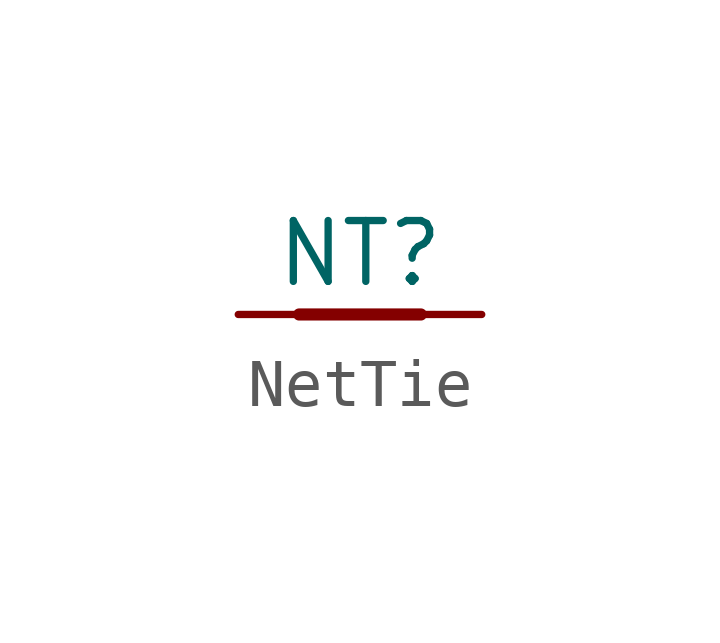
<source format=kicad_sym>
(kicad_symbol_lib
  (version 20220914)
  (generator kicad_symbol_editor)
  (symbol "NetTie"
    (pin_numbers hide)
    (pin_names hide)
    (property "Reference" "NT"
      (at 2.54 1.27 0)
      (effects (font (size 1.27 1.27))))
    (symbol "NetTie_0_1"
      (polyline (pts (xy 1.27 0) (xy 3.81 0)) (stroke (width 0.254) (type default)) (fill (type none))))
    (symbol "NetTie_1_1"
      (pin passive line (at 0 0 0) (length 2.54) (name "1" (effects (font (size 1.27 1.27)))) (number "1" (effects (font (size 1.27 1.27)))))
      (pin passive line (at 5.08 0 180) (length 2.54) (name "2" (effects (font (size 1.27 1.27)))) (number "2" (effects (font (size 1.27 1.27))))))))
</source>
